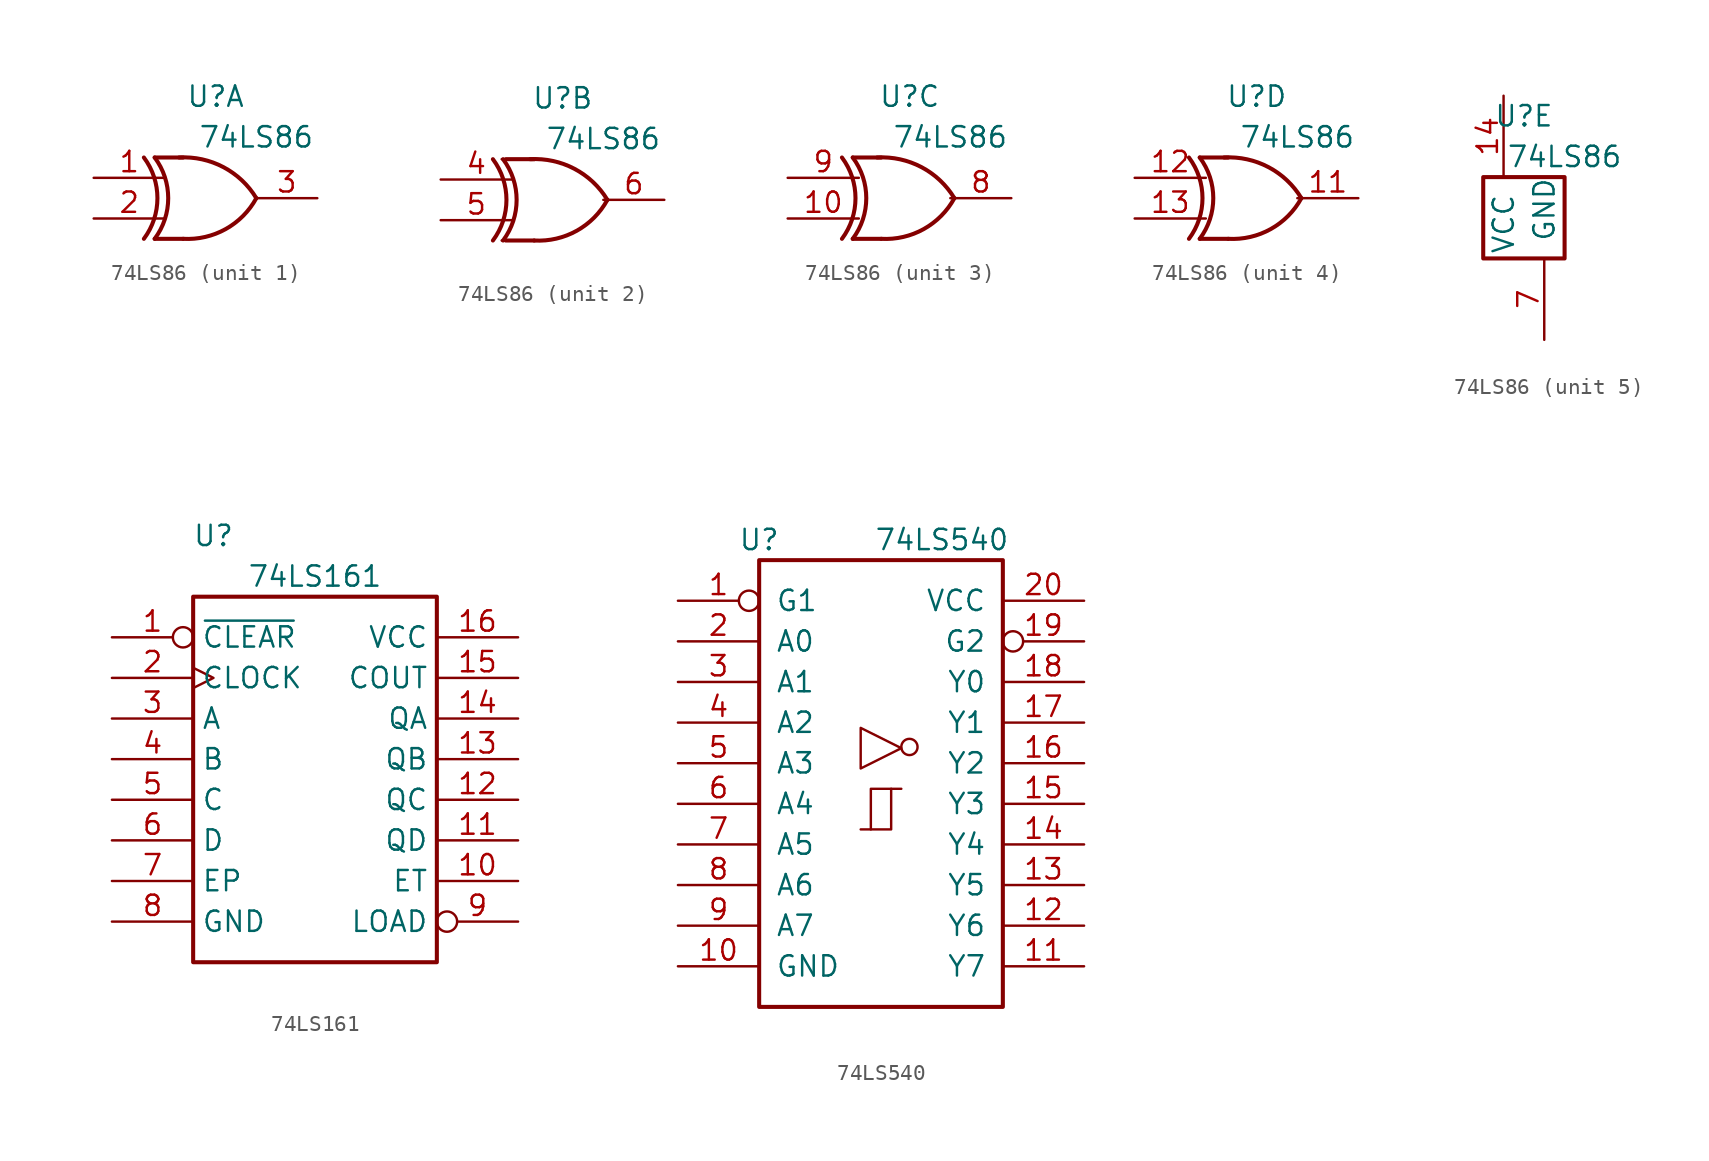
<source format=kicad_sym>
(kicad_symbol_lib
  (version 20241209)
  (generator "kicad_symbol_editor")
  (generator_version "9.0")
  (symbol "74LS86"
    (pin_names
      (offset 1.016))
    (property "Reference" "U"
      (at 0 6.35 0)
      (effects (font (size 1.27 1.27))))
    (property "Value" "74LS86"
      (at 2.54 3.81 0)
      (effects (font (size 1.27 1.27))))
    (property "ki_locked" ""
      (at 0 0 0)
      (effects (font (size 1.27 1.27))))
    (symbol "74LS86_1_0"
      (pin input line (at -7.62 1.27 0) (length 4.445) (name "~" (effects (font (size 1.27 1.27)))) (number "1" (effects (font (size 1.27 1.27)))))
      (pin input line (at -7.62 -1.27 0) (length 4.445) (name "~" (effects (font (size 1.27 1.27)))) (number "2" (effects (font (size 1.27 1.27)))))
      (pin output line (at 6.35 0 180) (length 3.81) (name "~" (effects (font (size 1.27 1.27)))) (number "3" (effects (font (size 1.27 1.27))))))
    (symbol "74LS86_1_1"
      (arc (start -4.484 2.54) (mid -3.638 0) (end -4.484 -2.54) (stroke (width 0.254) (type default)) (fill (type none)))
      (arc (start -3.81 2.54) (mid -2.964 0) (end -3.81 -2.54) (stroke (width 0.254) (type default)) (fill (type none)))
      (polyline (pts (xy -3.81 2.54) (xy -2.032 2.54)) (stroke (width 0.254) (type default)) (fill (type none)))
      (polyline (pts (xy -3.81 -2.54) (xy -2.032 -2.54)) (stroke (width 0.254) (type default)) (fill (type none)))
      (arc (start -2.286 2.54) (mid 0.4797 1.9402) (end 2.54 0) (stroke (width 0.254) (type default)) (fill (type none)))
      (arc (start 2.54 0) (mid 0.6219 -1.9322) (end -2.032 -2.54) (stroke (width 0.254) (type default)) (fill (type none)))
      (polyline (pts (xy -1.27 2.54) (xy -3.81 2.54) (xy -3.175 1.27) (xy -2.794 0) (xy -3.175 -1.27) (xy -3.81 -2.54) (xy -1.27 -2.54)) (stroke (width -0.0001) (type default)) (fill (type none))))
    (symbol "74LS86_2_0"
      (polyline (pts (xy -0.635 3.81) (xy -3.81 3.81) (xy -3.81 3.81) (xy -3.556 3.404) (xy -3.023 2.261) (xy -2.692 1.041) (xy -2.616 -0.254) (xy -2.769 -1.499) (xy -3.175 -2.718) (xy -3.81 -3.81) (xy -3.81 -3.81) (xy -0.635 -3.81)) (stroke (width -0.0001) (type default)) (fill (type none)))
      (pin input line (at -7.62 1.27 0) (length 4.445) (name "~" (effects (font (size 1.27 1.27)))) (number "4" (effects (font (size 1.27 1.27)))))
      (pin input line (at -7.62 -1.27 0) (length 4.445) (name "~" (effects (font (size 1.27 1.27)))) (number "5" (effects (font (size 1.27 1.27)))))
      (pin output line (at 6.35 0 180) (length 3.81) (name "~" (effects (font (size 1.27 1.27)))) (number "6" (effects (font (size 1.27 1.27))))))
    (symbol "74LS86_2_1"
      (arc (start -4.357 2.54) (mid -3.511 0) (end -4.357 -2.54) (stroke (width 0.254) (type default)) (fill (type none)))
      (arc (start -3.722 2.54) (mid -2.876 0) (end -3.722 -2.54) (stroke (width 0.254) (type default)) (fill (type none)))
      (polyline (pts (xy -3.81 2.54) (xy -3.175 2.54)) (stroke (width 0.152) (type default)) (fill (type none)))
      (polyline (pts (xy -3.81 -2.54) (xy -3.175 -2.54)) (stroke (width 0.152) (type default)) (fill (type none)))
      (polyline (pts (xy -3.556 2.54) (xy -1.778 2.54)) (stroke (width 0.254) (type default)) (fill (type none)))
      (polyline (pts (xy -3.556 -2.54) (xy -1.778 -2.54)) (stroke (width 0.254) (type default)) (fill (type none)))
      (arc (start -2.032 2.54) (mid 0.7337 1.9402) (end 2.794 0) (stroke (width 0.254) (type default)) (fill (type none)))
      (arc (start 2.794 0) (mid 0.8759 -1.9322) (end -1.778 -2.54) (stroke (width 0.254) (type default)) (fill (type none)))
      (polyline (pts (xy -1.016 2.54) (xy -3.556 2.54) (xy -2.921 1.27) (xy -2.54 0) (xy -2.921 -1.27) (xy -3.556 -2.54) (xy -1.016 -2.54)) (stroke (width -0.0001) (type default)) (fill (type none))))
    (symbol "74LS86_3_0"
      (pin input line (at -7.62 1.27 0) (length 4.445) (name "~" (effects (font (size 1.27 1.27)))) (number "9" (effects (font (size 1.27 1.27)))))
      (pin input line (at -7.62 -1.27 0) (length 4.445) (name "~" (effects (font (size 1.27 1.27)))) (number "10" (effects (font (size 1.27 1.27)))))
      (pin output line (at 6.35 0 180) (length 3.81) (name "~" (effects (font (size 1.27 1.27)))) (number "8" (effects (font (size 1.27 1.27))))))
    (symbol "74LS86_3_1"
      (arc (start -4.23 2.54) (mid -3.384 0) (end -4.23 -2.54) (stroke (width 0.254) (type default)) (fill (type none)))
      (arc (start -3.556 2.54) (mid -2.71 0) (end -3.556 -2.54) (stroke (width 0.254) (type default)) (fill (type none)))
      (polyline (pts (xy -3.556 2.54) (xy -1.778 2.54)) (stroke (width 0.254) (type default)) (fill (type none)))
      (polyline (pts (xy -3.556 -2.54) (xy -1.778 -2.54)) (stroke (width 0.254) (type default)) (fill (type none)))
      (arc (start -2.032 2.54) (mid 0.7337 1.9402) (end 2.794 0) (stroke (width 0.254) (type default)) (fill (type none)))
      (arc (start 2.794 0) (mid 0.8759 -1.9322) (end -1.778 -2.54) (stroke (width 0.254) (type default)) (fill (type none))))
    (symbol "74LS86_4_0"
      (pin input line (at -7.62 1.27 0) (length 4.445) (name "~" (effects (font (size 1.27 1.27)))) (number "12" (effects (font (size 1.27 1.27)))))
      (pin input line (at -7.62 -1.27 0) (length 4.445) (name "~" (effects (font (size 1.27 1.27)))) (number "13" (effects (font (size 1.27 1.27)))))
      (pin output line (at 6.35 0 180) (length 3.81) (name "~" (effects (font (size 1.27 1.27)))) (number "11" (effects (font (size 1.27 1.27))))))
    (symbol "74LS86_4_1"
      (arc (start -4.23 2.54) (mid -3.384 0) (end -4.23 -2.54) (stroke (width 0.254) (type default)) (fill (type none)))
      (arc (start -3.556 2.54) (mid -2.71 0) (end -3.556 -2.54) (stroke (width 0.254) (type default)) (fill (type none)))
      (polyline (pts (xy -3.556 2.54) (xy -1.778 2.54)) (stroke (width 0.254) (type default)) (fill (type none)))
      (polyline (pts (xy -3.556 -2.54) (xy -1.778 -2.54)) (stroke (width 0.254) (type default)) (fill (type none)))
      (arc (start -2.032 2.54) (mid 0.7337 1.9402) (end 2.794 0) (stroke (width 0.254) (type default)) (fill (type none)))
      (arc (start 2.794 0) (mid 0.8759 -1.9322) (end -1.778 -2.54) (stroke (width 0.254) (type default)) (fill (type none))))
    (symbol "74LS86_5_0"
      (pin power_in line (at -1.27 7.62 270) (length 5.08) (name "VCC" (effects (font (size 1.27 1.27)))) (number "14" (effects (font (size 1.27 1.27)))))
      (pin power_in line (at 1.27 -7.62 90) (length 5.08) (name "GND" (effects (font (size 1.27 1.27)))) (number "7" (effects (font (size 1.27 1.27))))))
    (symbol "74LS86_5_1"
      (rectangle (start -2.54 2.54) (end 2.54 -2.54) (stroke (width 0.254) (type default)) (fill (type none)))))
  (symbol "74LS161"
    (property "Reference" "U"
      (at -6.35 13.97 0)
      (effects (font (size 1.27 1.27))))
    (property "Value" "74LS161"
      (at 0 11.43 0)
      (effects (font (size 1.27 1.27))))
    (symbol "74LS161_1_1"
      (rectangle (start -7.62 10.16) (end 7.62 -12.7) (stroke (width 0.254) (type default)) (fill (type none)))
      (pin input inverted (at -12.7 7.62 0) (length 5.08) (name "~{CLEAR}" (effects (font (size 1.27 1.27)))) (number "1" (effects (font (size 1.27 1.27)))))
      (pin input clock (at -12.7 5.08 0) (length 5.08) (name "CLOCK" (effects (font (size 1.27 1.27)))) (number "2" (effects (font (size 1.27 1.27)))))
      (pin input line (at -12.7 2.54 0) (length 5.08) (name "A" (effects (font (size 1.27 1.27)))) (number "3" (effects (font (size 1.27 1.27)))))
      (pin input line (at -12.7 0 0) (length 5.08) (name "B" (effects (font (size 1.27 1.27)))) (number "4" (effects (font (size 1.27 1.27)))))
      (pin input line (at -12.7 -2.54 0) (length 5.08) (name "C" (effects (font (size 1.27 1.27)))) (number "5" (effects (font (size 1.27 1.27)))))
      (pin input line (at -12.7 -5.08 0) (length 5.08) (name "D" (effects (font (size 1.27 1.27)))) (number "6" (effects (font (size 1.27 1.27)))))
      (pin input line (at -12.7 -7.62 0) (length 5.08) (name "EP" (effects (font (size 1.27 1.27)))) (number "7" (effects (font (size 1.27 1.27)))))
      (pin power_in line (at -12.7 -10.16 0) (length 5.08) (name "GND" (effects (font (size 1.27 1.27)))) (number "8" (effects (font (size 1.27 1.27)))))
      (pin power_in line (at 12.7 7.62 180) (length 5.08) (name "VCC" (effects (font (size 1.27 1.27)))) (number "16" (effects (font (size 1.27 1.27)))))
      (pin output line (at 12.7 5.08 180) (length 5.08) (name "COUT" (effects (font (size 1.27 1.27)))) (number "15" (effects (font (size 1.27 1.27)))))
      (pin output line (at 12.7 2.54 180) (length 5.08) (name "QA" (effects (font (size 1.27 1.27)))) (number "14" (effects (font (size 1.27 1.27)))))
      (pin output line (at 12.7 0 180) (length 5.08) (name "QB" (effects (font (size 1.27 1.27)))) (number "13" (effects (font (size 1.27 1.27)))))
      (pin output line (at 12.7 -2.54 180) (length 5.08) (name "QC" (effects (font (size 1.27 1.27)))) (number "12" (effects (font (size 1.27 1.27)))))
      (pin output line (at 12.7 -5.08 180) (length 5.08) (name "QD" (effects (font (size 1.27 1.27)))) (number "11" (effects (font (size 1.27 1.27)))))
      (pin input line (at 12.7 -7.62 180) (length 5.08) (name "ET" (effects (font (size 1.27 1.27)))) (number "10" (effects (font (size 1.27 1.27)))))
      (pin input inverted (at 12.7 -10.16 180) (length 5.08) (name "LOAD" (effects (font (size 1.27 1.27)))) (number "9" (effects (font (size 1.27 1.27)))))))
  (symbol "74LS540"
    (pin_names
      (offset 1.016))
    (property "Reference" "U"
      (at -7.62 15.24 0)
      (effects (font (size 1.27 1.27))))
    (property "Value" "74LS540"
      (at 3.81 15.24 0)
      (effects (font (size 1.27 1.27))))
    (symbol "74LS540_0_1"
      (circle (center 1.778 2.286) (radius 0.508) (stroke (width 0) (type default)) (fill (type none))))
    (symbol "74LS540_1_0"
      (polyline (pts (xy -1.27 -2.87) (xy 0.635 -2.87) (xy 0.635 -0.33) (xy 1.27 -0.33)) (stroke (width 0) (type default)) (fill (type none)))
      (polyline (pts (xy -0.635 -2.87) (xy -0.635 -0.33) (xy 0.635 -0.33)) (stroke (width 0) (type default)) (fill (type none)))
      (polyline (pts (xy 1.27 2.21) (xy -1.27 3.48) (xy -1.27 0.94) (xy 1.27 2.21)) (stroke (width 0.152) (type default)) (fill (type none)))
      (pin input inverted (at -12.7 11.43 0) (length 5.08) (name "G1" (effects (font (size 1.27 1.27)))) (number "1" (effects (font (size 1.27 1.27)))))
      (pin input line (at -12.7 8.89 0) (length 5.08) (name "A0" (effects (font (size 1.27 1.27)))) (number "2" (effects (font (size 1.27 1.27)))))
      (pin input line (at -12.7 6.35 0) (length 5.08) (name "A1" (effects (font (size 1.27 1.27)))) (number "3" (effects (font (size 1.27 1.27)))))
      (pin input line (at -12.7 3.81 0) (length 5.08) (name "A2" (effects (font (size 1.27 1.27)))) (number "4" (effects (font (size 1.27 1.27)))))
      (pin input line (at -12.7 1.27 0) (length 5.08) (name "A3" (effects (font (size 1.27 1.27)))) (number "5" (effects (font (size 1.27 1.27)))))
      (pin input line (at -12.7 -1.27 0) (length 5.08) (name "A4" (effects (font (size 1.27 1.27)))) (number "6" (effects (font (size 1.27 1.27)))))
      (pin input line (at -12.7 -3.81 0) (length 5.08) (name "A5" (effects (font (size 1.27 1.27)))) (number "7" (effects (font (size 1.27 1.27)))))
      (pin input line (at -12.7 -6.35 0) (length 5.08) (name "A6" (effects (font (size 1.27 1.27)))) (number "8" (effects (font (size 1.27 1.27)))))
      (pin input line (at -12.7 -8.89 0) (length 5.08) (name "A7" (effects (font (size 1.27 1.27)))) (number "9" (effects (font (size 1.27 1.27)))))
      (pin power_in line (at -12.7 -11.43 0) (length 5.08) (name "GND" (effects (font (size 1.27 1.27)))) (number "10" (effects (font (size 1.27 1.27)))))
      (pin power_in line (at 12.7 11.43 180) (length 5.08) (name "VCC" (effects (font (size 1.27 1.27)))) (number "20" (effects (font (size 1.27 1.27)))))
      (pin input inverted (at 12.7 8.89 180) (length 5.08) (name "G2" (effects (font (size 1.27 1.27)))) (number "19" (effects (font (size 1.27 1.27)))))
      (pin tri_state line (at 12.7 6.35 180) (length 5.08) (name "Y0" (effects (font (size 1.27 1.27)))) (number "18" (effects (font (size 1.27 1.27)))))
      (pin tri_state line (at 12.7 3.81 180) (length 5.08) (name "Y1" (effects (font (size 1.27 1.27)))) (number "17" (effects (font (size 1.27 1.27)))))
      (pin tri_state line (at 12.7 1.27 180) (length 5.08) (name "Y2" (effects (font (size 1.27 1.27)))) (number "16" (effects (font (size 1.27 1.27)))))
      (pin tri_state line (at 12.7 -1.27 180) (length 5.08) (name "Y3" (effects (font (size 1.27 1.27)))) (number "15" (effects (font (size 1.27 1.27)))))
      (pin tri_state line (at 12.7 -3.81 180) (length 5.08) (name "Y4" (effects (font (size 1.27 1.27)))) (number "14" (effects (font (size 1.27 1.27)))))
      (pin tri_state line (at 12.7 -6.35 180) (length 5.08) (name "Y5" (effects (font (size 1.27 1.27)))) (number "13" (effects (font (size 1.27 1.27)))))
      (pin tri_state line (at 12.7 -8.89 180) (length 5.08) (name "Y6" (effects (font (size 1.27 1.27)))) (number "12" (effects (font (size 1.27 1.27)))))
      (pin tri_state line (at 12.7 -11.43 180) (length 5.08) (name "Y7" (effects (font (size 1.27 1.27)))) (number "11" (effects (font (size 1.27 1.27))))))
    (symbol "74LS540_1_1"
      (rectangle (start -7.62 13.97) (end 7.62 -13.97) (stroke (width 0.254) (type default)) (fill (type none))))))
</source>
